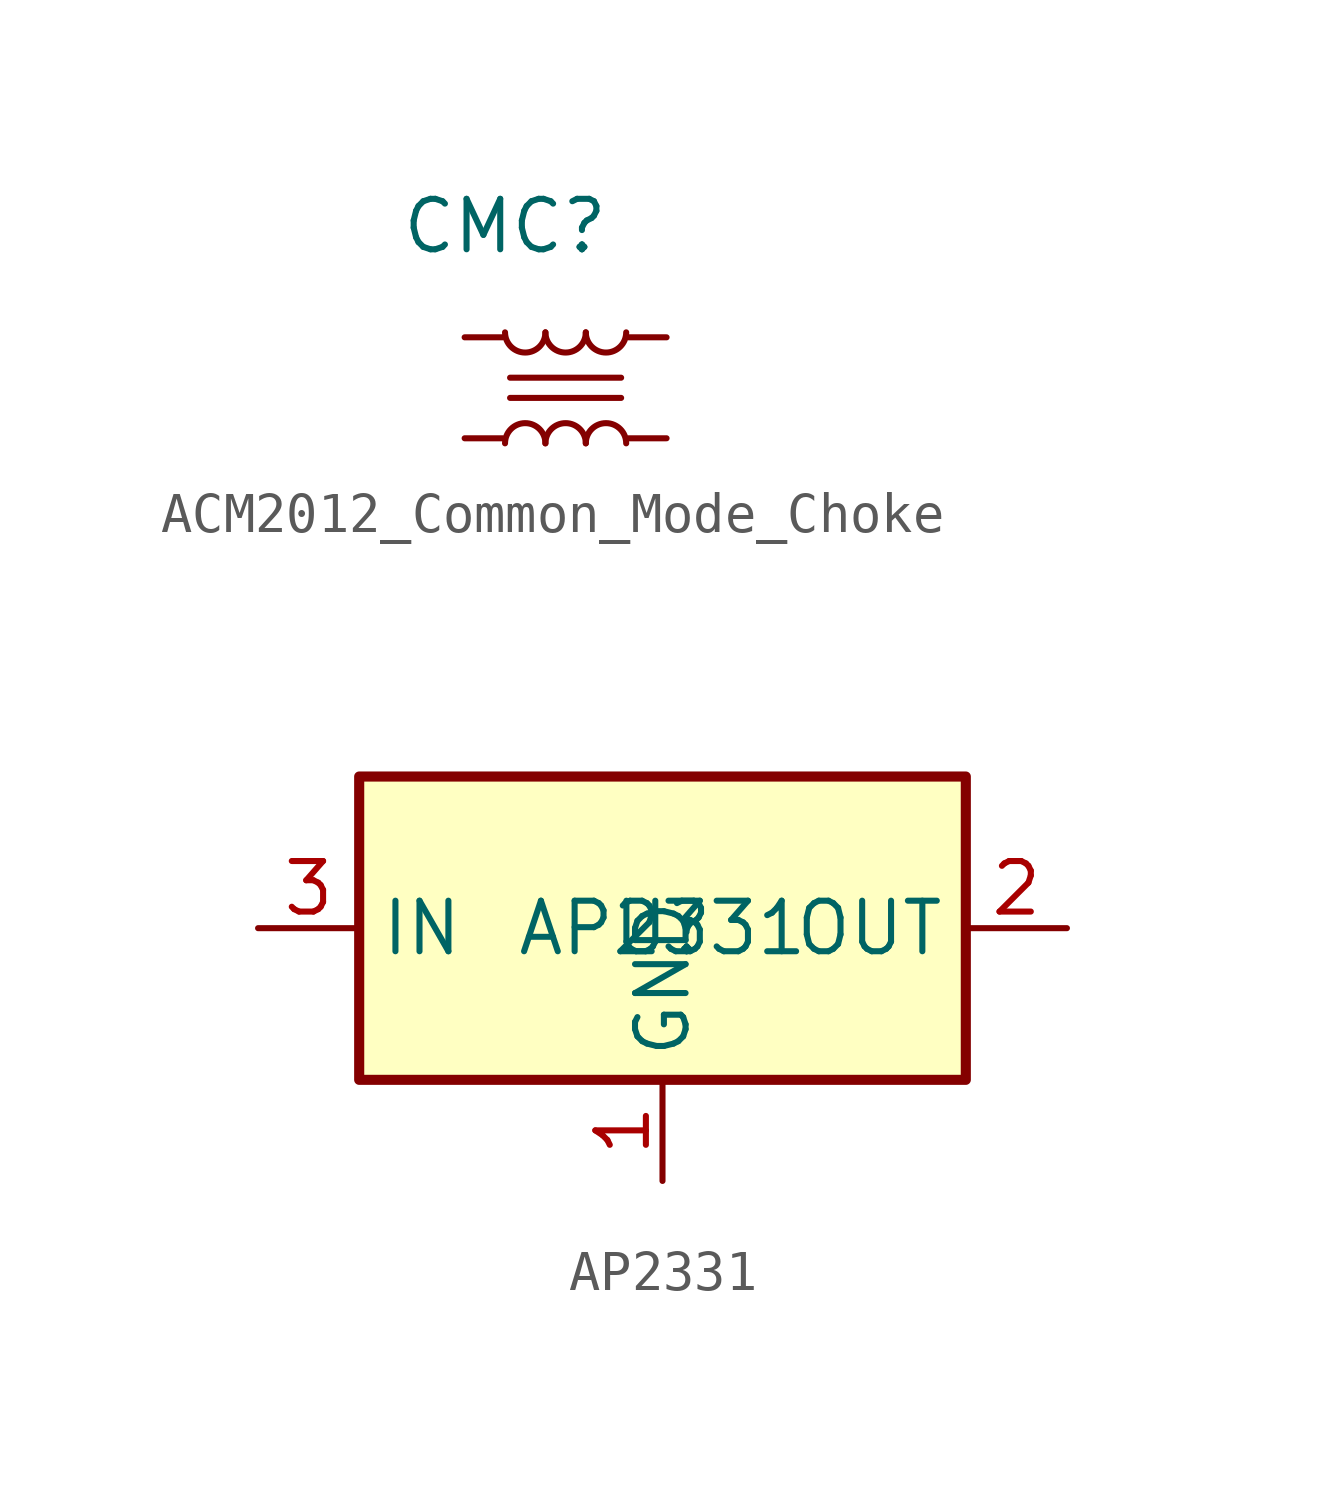
<source format=kicad_sym>
(kicad_symbol_lib
  (version 20231120)
  (generator "kicad_symbol_editor")
  (generator_version "8.99")
  (symbol "ACM2012_Common_Mode_Choke"
    (property "Reference" "CMC"
      (at -1.524 4.064 0)
      (effects (font (size 1.27 1.27))))
    (symbol "ACM2012_Common_Mode_Choke_0_1"
      (polyline (pts (xy -1.397 0.254) (xy 1.397 0.254)) (stroke (width 0) (type default)) (fill (type none)))
      (arc (start -0.508 1.3948) (mid -1.016 0.889) (end -1.524 1.3948) (stroke (width 0) (type default)) (fill (type none)))
      (arc (start -1.524 -1.397) (mid -1.016 -0.8912) (end -0.508 -1.397) (stroke (width 0) (type default)) (fill (type none)))
      (arc (start 0.508 1.3948) (mid 0 0.889) (end -0.508 1.3948) (stroke (width 0) (type default)) (fill (type none)))
      (arc (start -0.508 -1.397) (mid 0 -0.8912) (end 0.508 -1.397) (stroke (width 0) (type default)) (fill (type none)))
      (arc (start 1.524 1.3948) (mid 1.016 0.889) (end 0.508 1.3948) (stroke (width 0) (type default)) (fill (type none)))
      (arc (start 0.508 -1.397) (mid 1.016 -0.8912) (end 1.524 -1.397) (stroke (width 0) (type default)) (fill (type none)))
      (polyline (pts (xy 1.397 -0.254) (xy -1.397 -0.254)) (stroke (width 0) (type default)) (fill (type none))))
    (symbol "ACM2012_Common_Mode_Choke_1_1"
      (pin passive line (at -2.54 1.27 0) (length 0.953) (name "" (effects (font (size 0 0)))) (number "1" (effects (font (size 0 0)))))
      (pin passive line (at -2.54 -1.27 0) (length 0.953) (name "" (effects (font (size 0 0)))) (number "2" (effects (font (size 0 0)))))
      (pin passive line (at 2.54 -1.27 180) (length 0.953) (name "" (effects (font (size 0 0)))) (number "3" (effects (font (size 0 0)))))
      (pin passive line (at 2.54 1.27 180) (length 0.953) (name "" (effects (font (size 0 0)))) (number "4" (effects (font (size 0 0)))))))
  (symbol "AP2331"
    (property "Reference" "U"
      (at 0 0 0)
      (effects (font (size 1.27 1.27))))
    (property "Value" "AP2331"
      (at 0 0 0)
      (effects (font (size 1.27 1.27))))
    (symbol "AP2331_0_1"
      (rectangle (start -7.62 3.81) (end 7.62 -3.81) (stroke (width 0.254) (type default)) (fill (type background))))
    (symbol "AP2331_1_1"
      (pin power_in line (at 0 -6.35 90) (length 2.54) (name "GND" (effects (font (size 1.27 1.27)))) (number "1" (effects (font (size 1.27 1.27)))))
      (pin power_out line (at 10.16 0 180) (length 2.54) (name "OUT" (effects (font (size 1.27 1.27)))) (number "2" (effects (font (size 1.27 1.27)))))
      (pin power_in line (at -10.16 0 0) (length 2.54) (name "IN" (effects (font (size 1.27 1.27)))) (number "3" (effects (font (size 1.27 1.27))))))))
</source>
